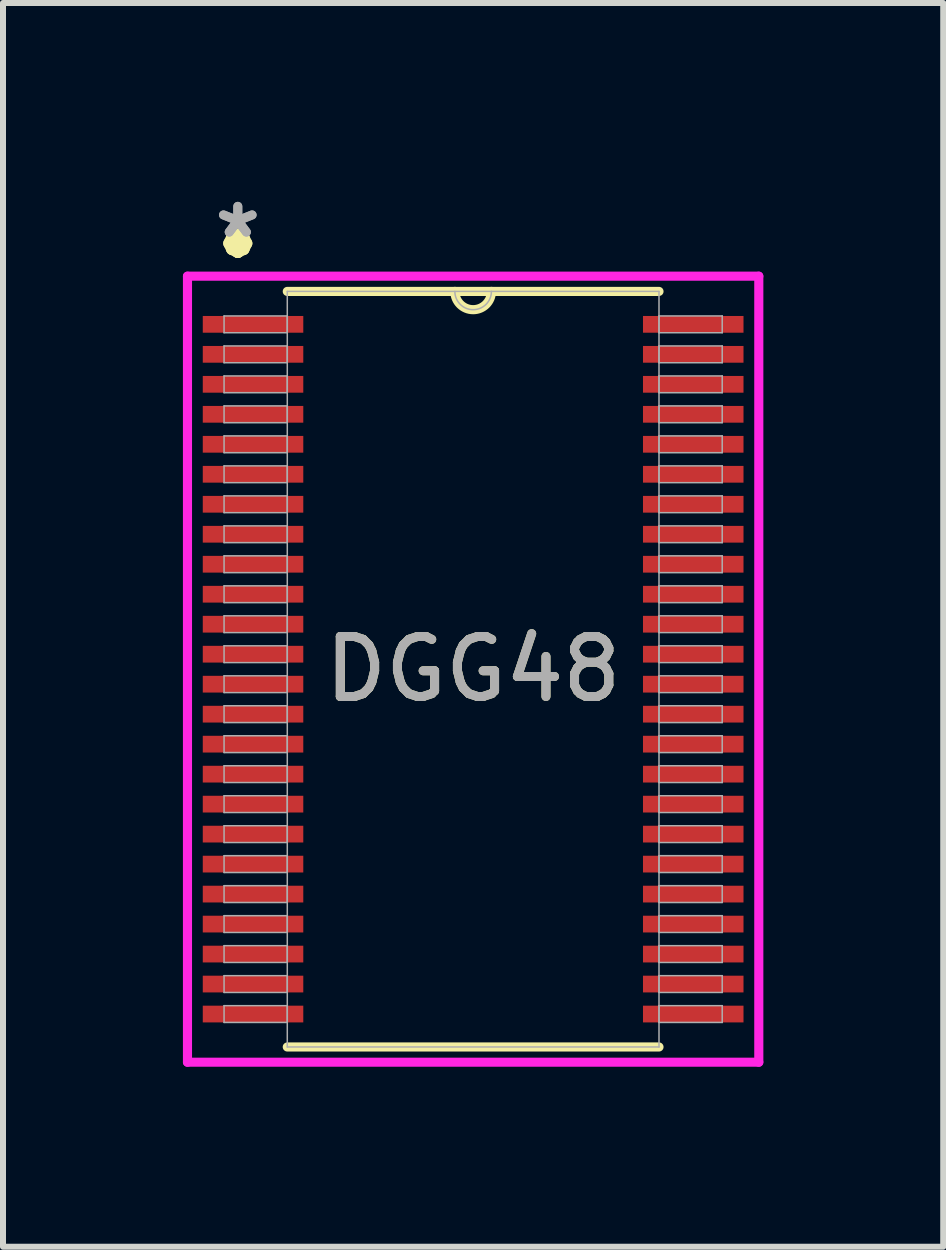
<source format=kicad_pcb>
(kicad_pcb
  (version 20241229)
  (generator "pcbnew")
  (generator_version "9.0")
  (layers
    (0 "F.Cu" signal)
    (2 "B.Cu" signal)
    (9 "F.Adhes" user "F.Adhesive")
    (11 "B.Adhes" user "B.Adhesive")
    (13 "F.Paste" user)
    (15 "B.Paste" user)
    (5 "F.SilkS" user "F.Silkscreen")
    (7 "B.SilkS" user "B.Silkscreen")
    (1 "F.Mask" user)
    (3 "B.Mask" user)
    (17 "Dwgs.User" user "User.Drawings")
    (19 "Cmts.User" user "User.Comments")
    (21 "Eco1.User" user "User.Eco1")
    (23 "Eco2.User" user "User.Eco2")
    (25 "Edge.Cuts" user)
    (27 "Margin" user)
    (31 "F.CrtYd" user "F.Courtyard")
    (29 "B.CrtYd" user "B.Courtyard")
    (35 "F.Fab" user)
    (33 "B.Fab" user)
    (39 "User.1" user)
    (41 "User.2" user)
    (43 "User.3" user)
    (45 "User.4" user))
  (footprint "DGG48"
    (layer "F.Cu")
    (at 4.839 8.108)
    (property "Reference" "DGG48" (at 0 0 0) (unlocked yes) (layer "F.SilkS") (effects (font (size 1 1) (thickness 0.15))))
    (attr smd)
    (fp_line (start -3.099 6.299) (end 3.099 6.299) (stroke (width 0.152) (type solid)) (layer "F.SilkS"))
    (fp_line (start 3.099 -6.299) (end -3.099 -6.299) (stroke (width 0.152) (type solid)) (layer "F.SilkS"))
    (fp_arc (start 0.3048 -6.2992) (mid 0 -5.9944) (end -0.3048 -6.2992) (stroke (width 0.1524) (type solid)) (layer "F.SilkS"))
    (fp_line (start -4.763 -6.553) (end 4.763 -6.553) (stroke (width 0.152) (type solid)) (layer "F.CrtYd"))
    (fp_line (start -4.763 6.553) (end -4.763 -6.553) (stroke (width 0.152) (type solid)) (layer "F.CrtYd"))
    (fp_line (start 4.763 -6.553) (end 4.763 6.553) (stroke (width 0.152) (type solid)) (layer "F.CrtYd"))
    (fp_line (start 4.763 6.553) (end -4.763 6.553) (stroke (width 0.152) (type solid)) (layer "F.CrtYd"))
    (fp_line (start -4.153 -5.89) (end -4.153 -5.61) (stroke (width 0.025) (type solid)) (layer "F.Fab"))
    (fp_line (start -4.153 -5.61) (end -3.099 -5.61) (stroke (width 0.025) (type solid)) (layer "F.Fab"))
    (fp_line (start -4.153 -5.39) (end -4.153 -5.11) (stroke (width 0.025) (type solid)) (layer "F.Fab"))
    (fp_line (start -4.153 -5.11) (end -3.099 -5.11) (stroke (width 0.025) (type solid)) (layer "F.Fab"))
    (fp_line (start -4.153 -4.89) (end -4.153 -4.61) (stroke (width 0.025) (type solid)) (layer "F.Fab"))
    (fp_line (start -4.153 -4.61) (end -3.099 -4.61) (stroke (width 0.025) (type solid)) (layer "F.Fab"))
    (fp_line (start -4.153 -4.39) (end -4.153 -4.11) (stroke (width 0.025) (type solid)) (layer "F.Fab"))
    (fp_line (start -4.153 -4.11) (end -3.099 -4.11) (stroke (width 0.025) (type solid)) (layer "F.Fab"))
    (fp_line (start -4.153 -3.89) (end -4.153 -3.61) (stroke (width 0.025) (type solid)) (layer "F.Fab"))
    (fp_line (start -4.153 -3.61) (end -3.099 -3.61) (stroke (width 0.025) (type solid)) (layer "F.Fab"))
    (fp_line (start -4.153 -3.39) (end -4.153 -3.11) (stroke (width 0.025) (type solid)) (layer "F.Fab"))
    (fp_line (start -4.153 -3.11) (end -3.099 -3.11) (stroke (width 0.025) (type solid)) (layer "F.Fab"))
    (fp_line (start -4.153 -2.89) (end -4.153 -2.61) (stroke (width 0.025) (type solid)) (layer "F.Fab"))
    (fp_line (start -4.153 -2.61) (end -3.099 -2.61) (stroke (width 0.025) (type solid)) (layer "F.Fab"))
    (fp_line (start -4.153 -2.39) (end -4.153 -2.11) (stroke (width 0.025) (type solid)) (layer "F.Fab"))
    (fp_line (start -4.153 -2.11) (end -3.099 -2.11) (stroke (width 0.025) (type solid)) (layer "F.Fab"))
    (fp_line (start -4.153 -1.89) (end -4.153 -1.61) (stroke (width 0.025) (type solid)) (layer "F.Fab"))
    (fp_line (start -4.153 -1.61) (end -3.099 -1.61) (stroke (width 0.025) (type solid)) (layer "F.Fab"))
    (fp_line (start -4.153 -1.39) (end -4.153 -1.11) (stroke (width 0.025) (type solid)) (layer "F.Fab"))
    (fp_line (start -4.153 -1.11) (end -3.099 -1.11) (stroke (width 0.025) (type solid)) (layer "F.Fab"))
    (fp_line (start -4.153 -0.89) (end -4.153 -0.61) (stroke (width 0.025) (type solid)) (layer "F.Fab"))
    (fp_line (start -4.153 -0.61) (end -3.099 -0.61) (stroke (width 0.025) (type solid)) (layer "F.Fab"))
    (fp_line (start -4.153 -0.39) (end -4.153 -0.11) (stroke (width 0.025) (type solid)) (layer "F.Fab"))
    (fp_line (start -4.153 -0.11) (end -3.099 -0.11) (stroke (width 0.025) (type solid)) (layer "F.Fab"))
    (fp_line (start -4.153 0.11) (end -4.153 0.39) (stroke (width 0.025) (type solid)) (layer "F.Fab"))
    (fp_line (start -4.153 0.39) (end -3.099 0.39) (stroke (width 0.025) (type solid)) (layer "F.Fab"))
    (fp_line (start -4.153 0.61) (end -4.153 0.89) (stroke (width 0.025) (type solid)) (layer "F.Fab"))
    (fp_line (start -4.153 0.89) (end -3.099 0.89) (stroke (width 0.025) (type solid)) (layer "F.Fab"))
    (fp_line (start -4.153 1.11) (end -4.153 1.39) (stroke (width 0.025) (type solid)) (layer "F.Fab"))
    (fp_line (start -4.153 1.39) (end -3.099 1.39) (stroke (width 0.025) (type solid)) (layer "F.Fab"))
    (fp_line (start -4.153 1.61) (end -4.153 1.89) (stroke (width 0.025) (type solid)) (layer "F.Fab"))
    (fp_line (start -4.153 1.89) (end -3.099 1.89) (stroke (width 0.025) (type solid)) (layer "F.Fab"))
    (fp_line (start -4.153 2.11) (end -4.153 2.39) (stroke (width 0.025) (type solid)) (layer "F.Fab"))
    (fp_line (start -4.153 2.39) (end -3.099 2.39) (stroke (width 0.025) (type solid)) (layer "F.Fab"))
    (fp_line (start -4.153 2.61) (end -4.153 2.89) (stroke (width 0.025) (type solid)) (layer "F.Fab"))
    (fp_line (start -4.153 2.89) (end -3.099 2.89) (stroke (width 0.025) (type solid)) (layer "F.Fab"))
    (fp_line (start -4.153 3.11) (end -4.153 3.39) (stroke (width 0.025) (type solid)) (layer "F.Fab"))
    (fp_line (start -4.153 3.39) (end -3.099 3.39) (stroke (width 0.025) (type solid)) (layer "F.Fab"))
    (fp_line (start -4.153 3.61) (end -4.153 3.89) (stroke (width 0.025) (type solid)) (layer "F.Fab"))
    (fp_line (start -4.153 3.89) (end -3.099 3.89) (stroke (width 0.025) (type solid)) (layer "F.Fab"))
    (fp_line (start -4.153 4.11) (end -4.153 4.39) (stroke (width 0.025) (type solid)) (layer "F.Fab"))
    (fp_line (start -4.153 4.39) (end -3.099 4.39) (stroke (width 0.025) (type solid)) (layer "F.Fab"))
    (fp_line (start -4.153 4.61) (end -4.153 4.89) (stroke (width 0.025) (type solid)) (layer "F.Fab"))
    (fp_line (start -4.153 4.89) (end -3.099 4.89) (stroke (width 0.025) (type solid)) (layer "F.Fab"))
    (fp_line (start -4.153 5.11) (end -4.153 5.39) (stroke (width 0.025) (type solid)) (layer "F.Fab"))
    (fp_line (start -4.153 5.39) (end -3.099 5.39) (stroke (width 0.025) (type solid)) (layer "F.Fab"))
    (fp_line (start -4.153 5.61) (end -4.153 5.89) (stroke (width 0.025) (type solid)) (layer "F.Fab"))
    (fp_line (start -4.153 5.89) (end -3.099 5.89) (stroke (width 0.025) (type solid)) (layer "F.Fab"))
    (fp_line (start -3.099 -6.299) (end -3.099 6.299) (stroke (width 0.025) (type solid)) (layer "F.Fab"))
    (fp_line (start -3.099 -5.89) (end -4.153 -5.89) (stroke (width 0.025) (type solid)) (layer "F.Fab"))
    (fp_line (start -3.099 -5.61) (end -3.099 -5.89) (stroke (width 0.025) (type solid)) (layer "F.Fab"))
    (fp_line (start -3.099 -5.39) (end -4.153 -5.39) (stroke (width 0.025) (type solid)) (layer "F.Fab"))
    (fp_line (start -3.099 -5.11) (end -3.099 -5.39) (stroke (width 0.025) (type solid)) (layer "F.Fab"))
    (fp_line (start -3.099 -4.89) (end -4.153 -4.89) (stroke (width 0.025) (type solid)) (layer "F.Fab"))
    (fp_line (start -3.099 -4.61) (end -3.099 -4.89) (stroke (width 0.025) (type solid)) (layer "F.Fab"))
    (fp_line (start -3.099 -4.39) (end -4.153 -4.39) (stroke (width 0.025) (type solid)) (layer "F.Fab"))
    (fp_line (start -3.099 -4.11) (end -3.099 -4.39) (stroke (width 0.025) (type solid)) (layer "F.Fab"))
    (fp_line (start -3.099 -3.89) (end -4.153 -3.89) (stroke (width 0.025) (type solid)) (layer "F.Fab"))
    (fp_line (start -3.099 -3.61) (end -3.099 -3.89) (stroke (width 0.025) (type solid)) (layer "F.Fab"))
    (fp_line (start -3.099 -3.39) (end -4.153 -3.39) (stroke (width 0.025) (type solid)) (layer "F.Fab"))
    (fp_line (start -3.099 -3.11) (end -3.099 -3.39) (stroke (width 0.025) (type solid)) (layer "F.Fab"))
    (fp_line (start -3.099 -2.89) (end -4.153 -2.89) (stroke (width 0.025) (type solid)) (layer "F.Fab"))
    (fp_line (start -3.099 -2.61) (end -3.099 -2.89) (stroke (width 0.025) (type solid)) (layer "F.Fab"))
    (fp_line (start -3.099 -2.39) (end -4.153 -2.39) (stroke (width 0.025) (type solid)) (layer "F.Fab"))
    (fp_line (start -3.099 -2.11) (end -3.099 -2.39) (stroke (width 0.025) (type solid)) (layer "F.Fab"))
    (fp_line (start -3.099 -1.89) (end -4.153 -1.89) (stroke (width 0.025) (type solid)) (layer "F.Fab"))
    (fp_line (start -3.099 -1.61) (end -3.099 -1.89) (stroke (width 0.025) (type solid)) (layer "F.Fab"))
    (fp_line (start -3.099 -1.39) (end -4.153 -1.39) (stroke (width 0.025) (type solid)) (layer "F.Fab"))
    (fp_line (start -3.099 -1.11) (end -3.099 -1.39) (stroke (width 0.025) (type solid)) (layer "F.Fab"))
    (fp_line (start -3.099 -0.89) (end -4.153 -0.89) (stroke (width 0.025) (type solid)) (layer "F.Fab"))
    (fp_line (start -3.099 -0.61) (end -3.099 -0.89) (stroke (width 0.025) (type solid)) (layer "F.Fab"))
    (fp_line (start -3.099 -0.39) (end -4.153 -0.39) (stroke (width 0.025) (type solid)) (layer "F.Fab"))
    (fp_line (start -3.099 -0.11) (end -3.099 -0.39) (stroke (width 0.025) (type solid)) (layer "F.Fab"))
    (fp_line (start -3.099 0.11) (end -4.153 0.11) (stroke (width 0.025) (type solid)) (layer "F.Fab"))
    (fp_line (start -3.099 0.39) (end -3.099 0.11) (stroke (width 0.025) (type solid)) (layer "F.Fab"))
    (fp_line (start -3.099 0.61) (end -4.153 0.61) (stroke (width 0.025) (type solid)) (layer "F.Fab"))
    (fp_line (start -3.099 0.89) (end -3.099 0.61) (stroke (width 0.025) (type solid)) (layer "F.Fab"))
    (fp_line (start -3.099 1.11) (end -4.153 1.11) (stroke (width 0.025) (type solid)) (layer "F.Fab"))
    (fp_line (start -3.099 1.39) (end -3.099 1.11) (stroke (width 0.025) (type solid)) (layer "F.Fab"))
    (fp_line (start -3.099 1.61) (end -4.153 1.61) (stroke (width 0.025) (type solid)) (layer "F.Fab"))
    (fp_line (start -3.099 1.89) (end -3.099 1.61) (stroke (width 0.025) (type solid)) (layer "F.Fab"))
    (fp_line (start -3.099 2.11) (end -4.153 2.11) (stroke (width 0.025) (type solid)) (layer "F.Fab"))
    (fp_line (start -3.099 2.39) (end -3.099 2.11) (stroke (width 0.025) (type solid)) (layer "F.Fab"))
    (fp_line (start -3.099 2.61) (end -4.153 2.61) (stroke (width 0.025) (type solid)) (layer "F.Fab"))
    (fp_line (start -3.099 2.89) (end -3.099 2.61) (stroke (width 0.025) (type solid)) (layer "F.Fab"))
    (fp_line (start -3.099 3.11) (end -4.153 3.11) (stroke (width 0.025) (type solid)) (layer "F.Fab"))
    (fp_line (start -3.099 3.39) (end -3.099 3.11) (stroke (width 0.025) (type solid)) (layer "F.Fab"))
    (fp_line (start -3.099 3.61) (end -4.153 3.61) (stroke (width 0.025) (type solid)) (layer "F.Fab"))
    (fp_line (start -3.099 3.89) (end -3.099 3.61) (stroke (width 0.025) (type solid)) (layer "F.Fab"))
    (fp_line (start -3.099 4.11) (end -4.153 4.11) (stroke (width 0.025) (type solid)) (layer "F.Fab"))
    (fp_line (start -3.099 4.39) (end -3.099 4.11) (stroke (width 0.025) (type solid)) (layer "F.Fab"))
    (fp_line (start -3.099 4.61) (end -4.153 4.61) (stroke (width 0.025) (type solid)) (layer "F.Fab"))
    (fp_line (start -3.099 4.89) (end -3.099 4.61) (stroke (width 0.025) (type solid)) (layer "F.Fab"))
    (fp_line (start -3.099 5.11) (end -4.153 5.11) (stroke (width 0.025) (type solid)) (layer "F.Fab"))
    (fp_line (start -3.099 5.39) (end -3.099 5.11) (stroke (width 0.025) (type solid)) (layer "F.Fab"))
    (fp_line (start -3.099 5.61) (end -4.153 5.61) (stroke (width 0.025) (type solid)) (layer "F.Fab"))
    (fp_line (start -3.099 5.89) (end -3.099 5.61) (stroke (width 0.025) (type solid)) (layer "F.Fab"))
    (fp_line (start -3.099 6.299) (end 3.099 6.299) (stroke (width 0.025) (type solid)) (layer "F.Fab"))
    (fp_line (start 3.099 -6.299) (end -3.099 -6.299) (stroke (width 0.025) (type solid)) (layer "F.Fab"))
    (fp_line (start 3.099 -5.89) (end 3.099 -5.61) (stroke (width 0.025) (type solid)) (layer "F.Fab"))
    (fp_line (start 3.099 -5.61) (end 4.153 -5.61) (stroke (width 0.025) (type solid)) (layer "F.Fab"))
    (fp_line (start 3.099 -5.39) (end 3.099 -5.11) (stroke (width 0.025) (type solid)) (layer "F.Fab"))
    (fp_line (start 3.099 -5.11) (end 4.153 -5.11) (stroke (width 0.025) (type solid)) (layer "F.Fab"))
    (fp_line (start 3.099 -4.89) (end 3.099 -4.61) (stroke (width 0.025) (type solid)) (layer "F.Fab"))
    (fp_line (start 3.099 -4.61) (end 4.153 -4.61) (stroke (width 0.025) (type solid)) (layer "F.Fab"))
    (fp_line (start 3.099 -4.39) (end 3.099 -4.11) (stroke (width 0.025) (type solid)) (layer "F.Fab"))
    (fp_line (start 3.099 -4.11) (end 4.153 -4.11) (stroke (width 0.025) (type solid)) (layer "F.Fab"))
    (fp_line (start 3.099 -3.89) (end 3.099 -3.61) (stroke (width 0.025) (type solid)) (layer "F.Fab"))
    (fp_line (start 3.099 -3.61) (end 4.153 -3.61) (stroke (width 0.025) (type solid)) (layer "F.Fab"))
    (fp_line (start 3.099 -3.39) (end 3.099 -3.11) (stroke (width 0.025) (type solid)) (layer "F.Fab"))
    (fp_line (start 3.099 -3.11) (end 4.153 -3.11) (stroke (width 0.025) (type solid)) (layer "F.Fab"))
    (fp_line (start 3.099 -2.89) (end 3.099 -2.61) (stroke (width 0.025) (type solid)) (layer "F.Fab"))
    (fp_line (start 3.099 -2.61) (end 4.153 -2.61) (stroke (width 0.025) (type solid)) (layer "F.Fab"))
    (fp_line (start 3.099 -2.39) (end 3.099 -2.11) (stroke (width 0.025) (type solid)) (layer "F.Fab"))
    (fp_line (start 3.099 -2.11) (end 4.153 -2.11) (stroke (width 0.025) (type solid)) (layer "F.Fab"))
    (fp_line (start 3.099 -1.89) (end 3.099 -1.61) (stroke (width 0.025) (type solid)) (layer "F.Fab"))
    (fp_line (start 3.099 -1.61) (end 4.153 -1.61) (stroke (width 0.025) (type solid)) (layer "F.Fab"))
    (fp_line (start 3.099 -1.39) (end 3.099 -1.11) (stroke (width 0.025) (type solid)) (layer "F.Fab"))
    (fp_line (start 3.099 -1.11) (end 4.153 -1.11) (stroke (width 0.025) (type solid)) (layer "F.Fab"))
    (fp_line (start 3.099 -0.89) (end 3.099 -0.61) (stroke (width 0.025) (type solid)) (layer "F.Fab"))
    (fp_line (start 3.099 -0.61) (end 4.153 -0.61) (stroke (width 0.025) (type solid)) (layer "F.Fab"))
    (fp_line (start 3.099 -0.39) (end 3.099 -0.11) (stroke (width 0.025) (type solid)) (layer "F.Fab"))
    (fp_line (start 3.099 -0.11) (end 4.153 -0.11) (stroke (width 0.025) (type solid)) (layer "F.Fab"))
    (fp_line (start 3.099 0.11) (end 3.099 0.39) (stroke (width 0.025) (type solid)) (layer "F.Fab"))
    (fp_line (start 3.099 0.39) (end 4.153 0.39) (stroke (width 0.025) (type solid)) (layer "F.Fab"))
    (fp_line (start 3.099 0.61) (end 3.099 0.89) (stroke (width 0.025) (type solid)) (layer "F.Fab"))
    (fp_line (start 3.099 0.89) (end 4.153 0.89) (stroke (width 0.025) (type solid)) (layer "F.Fab"))
    (fp_line (start 3.099 1.11) (end 3.099 1.39) (stroke (width 0.025) (type solid)) (layer "F.Fab"))
    (fp_line (start 3.099 1.39) (end 4.153 1.39) (stroke (width 0.025) (type solid)) (layer "F.Fab"))
    (fp_line (start 3.099 1.61) (end 3.099 1.89) (stroke (width 0.025) (type solid)) (layer "F.Fab"))
    (fp_line (start 3.099 1.89) (end 4.153 1.89) (stroke (width 0.025) (type solid)) (layer "F.Fab"))
    (fp_line (start 3.099 2.11) (end 3.099 2.39) (stroke (width 0.025) (type solid)) (layer "F.Fab"))
    (fp_line (start 3.099 2.39) (end 4.153 2.39) (stroke (width 0.025) (type solid)) (layer "F.Fab"))
    (fp_line (start 3.099 2.61) (end 3.099 2.89) (stroke (width 0.025) (type solid)) (layer "F.Fab"))
    (fp_line (start 3.099 2.89) (end 4.153 2.89) (stroke (width 0.025) (type solid)) (layer "F.Fab"))
    (fp_line (start 3.099 3.11) (end 3.099 3.39) (stroke (width 0.025) (type solid)) (layer "F.Fab"))
    (fp_line (start 3.099 3.39) (end 4.153 3.39) (stroke (width 0.025) (type solid)) (layer "F.Fab"))
    (fp_line (start 3.099 3.61) (end 3.099 3.89) (stroke (width 0.025) (type solid)) (layer "F.Fab"))
    (fp_line (start 3.099 3.89) (end 4.153 3.89) (stroke (width 0.025) (type solid)) (layer "F.Fab"))
    (fp_line (start 3.099 4.11) (end 3.099 4.39) (stroke (width 0.025) (type solid)) (layer "F.Fab"))
    (fp_line (start 3.099 4.39) (end 4.153 4.39) (stroke (width 0.025) (type solid)) (layer "F.Fab"))
    (fp_line (start 3.099 4.61) (end 3.099 4.89) (stroke (width 0.025) (type solid)) (layer "F.Fab"))
    (fp_line (start 3.099 4.89) (end 4.153 4.89) (stroke (width 0.025) (type solid)) (layer "F.Fab"))
    (fp_line (start 3.099 5.11) (end 3.099 5.39) (stroke (width 0.025) (type solid)) (layer "F.Fab"))
    (fp_line (start 3.099 5.39) (end 4.153 5.39) (stroke (width 0.025) (type solid)) (layer "F.Fab"))
    (fp_line (start 3.099 5.61) (end 3.099 5.89) (stroke (width 0.025) (type solid)) (layer "F.Fab"))
    (fp_line (start 3.099 5.89) (end 4.153 5.89) (stroke (width 0.025) (type solid)) (layer "F.Fab"))
    (fp_line (start 3.099 6.299) (end 3.099 -6.299) (stroke (width 0.025) (type solid)) (layer "F.Fab"))
    (fp_line (start 4.153 -5.89) (end 3.099 -5.89) (stroke (width 0.025) (type solid)) (layer "F.Fab"))
    (fp_line (start 4.153 -5.61) (end 4.153 -5.89) (stroke (width 0.025) (type solid)) (layer "F.Fab"))
    (fp_line (start 4.153 -5.39) (end 3.099 -5.39) (stroke (width 0.025) (type solid)) (layer "F.Fab"))
    (fp_line (start 4.153 -5.11) (end 4.153 -5.39) (stroke (width 0.025) (type solid)) (layer "F.Fab"))
    (fp_line (start 4.153 -4.89) (end 3.099 -4.89) (stroke (width 0.025) (type solid)) (layer "F.Fab"))
    (fp_line (start 4.153 -4.61) (end 4.153 -4.89) (stroke (width 0.025) (type solid)) (layer "F.Fab"))
    (fp_line (start 4.153 -4.39) (end 3.099 -4.39) (stroke (width 0.025) (type solid)) (layer "F.Fab"))
    (fp_line (start 4.153 -4.11) (end 4.153 -4.39) (stroke (width 0.025) (type solid)) (layer "F.Fab"))
    (fp_line (start 4.153 -3.89) (end 3.099 -3.89) (stroke (width 0.025) (type solid)) (layer "F.Fab"))
    (fp_line (start 4.153 -3.61) (end 4.153 -3.89) (stroke (width 0.025) (type solid)) (layer "F.Fab"))
    (fp_line (start 4.153 -3.39) (end 3.099 -3.39) (stroke (width 0.025) (type solid)) (layer "F.Fab"))
    (fp_line (start 4.153 -3.11) (end 4.153 -3.39) (stroke (width 0.025) (type solid)) (layer "F.Fab"))
    (fp_line (start 4.153 -2.89) (end 3.099 -2.89) (stroke (width 0.025) (type solid)) (layer "F.Fab"))
    (fp_line (start 4.153 -2.61) (end 4.153 -2.89) (stroke (width 0.025) (type solid)) (layer "F.Fab"))
    (fp_line (start 4.153 -2.39) (end 3.099 -2.39) (stroke (width 0.025) (type solid)) (layer "F.Fab"))
    (fp_line (start 4.153 -2.11) (end 4.153 -2.39) (stroke (width 0.025) (type solid)) (layer "F.Fab"))
    (fp_line (start 4.153 -1.89) (end 3.099 -1.89) (stroke (width 0.025) (type solid)) (layer "F.Fab"))
    (fp_line (start 4.153 -1.61) (end 4.153 -1.89) (stroke (width 0.025) (type solid)) (layer "F.Fab"))
    (fp_line (start 4.153 -1.39) (end 3.099 -1.39) (stroke (width 0.025) (type solid)) (layer "F.Fab"))
    (fp_line (start 4.153 -1.11) (end 4.153 -1.39) (stroke (width 0.025) (type solid)) (layer "F.Fab"))
    (fp_line (start 4.153 -0.89) (end 3.099 -0.89) (stroke (width 0.025) (type solid)) (layer "F.Fab"))
    (fp_line (start 4.153 -0.61) (end 4.153 -0.89) (stroke (width 0.025) (type solid)) (layer "F.Fab"))
    (fp_line (start 4.153 -0.39) (end 3.099 -0.39) (stroke (width 0.025) (type solid)) (layer "F.Fab"))
    (fp_line (start 4.153 -0.11) (end 4.153 -0.39) (stroke (width 0.025) (type solid)) (layer "F.Fab"))
    (fp_line (start 4.153 0.11) (end 3.099 0.11) (stroke (width 0.025) (type solid)) (layer "F.Fab"))
    (fp_line (start 4.153 0.39) (end 4.153 0.11) (stroke (width 0.025) (type solid)) (layer "F.Fab"))
    (fp_line (start 4.153 0.61) (end 3.099 0.61) (stroke (width 0.025) (type solid)) (layer "F.Fab"))
    (fp_line (start 4.153 0.89) (end 4.153 0.61) (stroke (width 0.025) (type solid)) (layer "F.Fab"))
    (fp_line (start 4.153 1.11) (end 3.099 1.11) (stroke (width 0.025) (type solid)) (layer "F.Fab"))
    (fp_line (start 4.153 1.39) (end 4.153 1.11) (stroke (width 0.025) (type solid)) (layer "F.Fab"))
    (fp_line (start 4.153 1.61) (end 3.099 1.61) (stroke (width 0.025) (type solid)) (layer "F.Fab"))
    (fp_line (start 4.153 1.89) (end 4.153 1.61) (stroke (width 0.025) (type solid)) (layer "F.Fab"))
    (fp_line (start 4.153 2.11) (end 3.099 2.11) (stroke (width 0.025) (type solid)) (layer "F.Fab"))
    (fp_line (start 4.153 2.39) (end 4.153 2.11) (stroke (width 0.025) (type solid)) (layer "F.Fab"))
    (fp_line (start 4.153 2.61) (end 3.099 2.61) (stroke (width 0.025) (type solid)) (layer "F.Fab"))
    (fp_line (start 4.153 2.89) (end 4.153 2.61) (stroke (width 0.025) (type solid)) (layer "F.Fab"))
    (fp_line (start 4.153 3.11) (end 3.099 3.11) (stroke (width 0.025) (type solid)) (layer "F.Fab"))
    (fp_line (start 4.153 3.39) (end 4.153 3.11) (stroke (width 0.025) (type solid)) (layer "F.Fab"))
    (fp_line (start 4.153 3.61) (end 3.099 3.61) (stroke (width 0.025) (type solid)) (layer "F.Fab"))
    (fp_line (start 4.153 3.89) (end 4.153 3.61) (stroke (width 0.025) (type solid)) (layer "F.Fab"))
    (fp_line (start 4.153 4.11) (end 3.099 4.11) (stroke (width 0.025) (type solid)) (layer "F.Fab"))
    (fp_line (start 4.153 4.39) (end 4.153 4.11) (stroke (width 0.025) (type solid)) (layer "F.Fab"))
    (fp_line (start 4.153 4.61) (end 3.099 4.61) (stroke (width 0.025) (type solid)) (layer "F.Fab"))
    (fp_line (start 4.153 4.89) (end 4.153 4.61) (stroke (width 0.025) (type solid)) (layer "F.Fab"))
    (fp_line (start 4.153 5.11) (end 3.099 5.11) (stroke (width 0.025) (type solid)) (layer "F.Fab"))
    (fp_line (start 4.153 5.39) (end 4.153 5.11) (stroke (width 0.025) (type solid)) (layer "F.Fab"))
    (fp_line (start 4.153 5.61) (end 3.099 5.61) (stroke (width 0.025) (type solid)) (layer "F.Fab"))
    (fp_line (start 4.153 5.89) (end 4.153 5.61) (stroke (width 0.025) (type solid)) (layer "F.Fab"))
    (fp_arc (start 0.3048 -6.2992) (mid 0 -5.9944) (end -0.3048 -6.2992) (stroke (width 0.0254) (type solid)) (layer "F.Fab"))
    (fp_text user "•" (at -3.924 -7.172 0) (layer "F.SilkS") (effects (font (size 1 1) (thickness 0.2) (bold yes))))
    (fp_text user "*" (at -3.924 -7.172 0) (layer "F.Fab") (effects (font (size 1 1) (thickness 0.15))))
    (fp_text user "*" (at -3.924 -7.172 0) (unlocked yes) (layer "F.Fab") (effects (font (size 1 1) (thickness 0.15))))
    (fp_text user "${REFERENCE}" (at 0 0 0) (unlocked yes) (layer "F.Fab") (effects (font (size 1 1) (thickness 0.15))))
    (pad "1" smd rect (at -3.67 -5.75) (size 1.676 0.279) (layers "F.Cu" "F.Mask" "F.Paste"))
    (pad "2" smd rect (at -3.67 -5.25) (size 1.676 0.279) (layers "F.Cu" "F.Mask" "F.Paste"))
    (pad "3" smd rect (at -3.67 -4.75) (size 1.676 0.279) (layers "F.Cu" "F.Mask" "F.Paste"))
    (pad "4" smd rect (at -3.67 -4.25) (size 1.676 0.279) (layers "F.Cu" "F.Mask" "F.Paste"))
    (pad "5" smd rect (at -3.67 -3.75) (size 1.676 0.279) (layers "F.Cu" "F.Mask" "F.Paste"))
    (pad "6" smd rect (at -3.67 -3.25) (size 1.676 0.279) (layers "F.Cu" "F.Mask" "F.Paste"))
    (pad "7" smd rect (at -3.67 -2.75) (size 1.676 0.279) (layers "F.Cu" "F.Mask" "F.Paste"))
    (pad "8" smd rect (at -3.67 -2.25) (size 1.676 0.279) (layers "F.Cu" "F.Mask" "F.Paste"))
    (pad "9" smd rect (at -3.67 -1.75) (size 1.676 0.279) (layers "F.Cu" "F.Mask" "F.Paste"))
    (pad "10" smd rect (at -3.67 -1.25) (size 1.676 0.279) (layers "F.Cu" "F.Mask" "F.Paste"))
    (pad "11" smd rect (at -3.67 -0.75) (size 1.676 0.279) (layers "F.Cu" "F.Mask" "F.Paste"))
    (pad "12" smd rect (at -3.67 -0.25) (size 1.676 0.279) (layers "F.Cu" "F.Mask" "F.Paste"))
    (pad "13" smd rect (at -3.67 0.25) (size 1.676 0.279) (layers "F.Cu" "F.Mask" "F.Paste"))
    (pad "14" smd rect (at -3.67 0.75) (size 1.676 0.279) (layers "F.Cu" "F.Mask" "F.Paste"))
    (pad "15" smd rect (at -3.67 1.25) (size 1.676 0.279) (layers "F.Cu" "F.Mask" "F.Paste"))
    (pad "16" smd rect (at -3.67 1.75) (size 1.676 0.279) (layers "F.Cu" "F.Mask" "F.Paste"))
    (pad "17" smd rect (at -3.67 2.25) (size 1.676 0.279) (layers "F.Cu" "F.Mask" "F.Paste"))
    (pad "18" smd rect (at -3.67 2.75) (size 1.676 0.279) (layers "F.Cu" "F.Mask" "F.Paste"))
    (pad "19" smd rect (at -3.67 3.25) (size 1.676 0.279) (layers "F.Cu" "F.Mask" "F.Paste"))
    (pad "20" smd rect (at -3.67 3.75) (size 1.676 0.279) (layers "F.Cu" "F.Mask" "F.Paste"))
    (pad "21" smd rect (at -3.67 4.25) (size 1.676 0.279) (layers "F.Cu" "F.Mask" "F.Paste"))
    (pad "22" smd rect (at -3.67 4.75) (size 1.676 0.279) (layers "F.Cu" "F.Mask" "F.Paste"))
    (pad "23" smd rect (at -3.67 5.25) (size 1.676 0.279) (layers "F.Cu" "F.Mask" "F.Paste"))
    (pad "24" smd rect (at -3.67 5.75) (size 1.676 0.279) (layers "F.Cu" "F.Mask" "F.Paste"))
    (pad "25" smd rect (at 3.67 5.75) (size 1.676 0.279) (layers "F.Cu" "F.Mask" "F.Paste"))
    (pad "26" smd rect (at 3.67 5.25) (size 1.676 0.279) (layers "F.Cu" "F.Mask" "F.Paste"))
    (pad "27" smd rect (at 3.67 4.75) (size 1.676 0.279) (layers "F.Cu" "F.Mask" "F.Paste"))
    (pad "28" smd rect (at 3.67 4.25) (size 1.676 0.279) (layers "F.Cu" "F.Mask" "F.Paste"))
    (pad "29" smd rect (at 3.67 3.75) (size 1.676 0.279) (layers "F.Cu" "F.Mask" "F.Paste"))
    (pad "30" smd rect (at 3.67 3.25) (size 1.676 0.279) (layers "F.Cu" "F.Mask" "F.Paste"))
    (pad "31" smd rect (at 3.67 2.75) (size 1.676 0.279) (layers "F.Cu" "F.Mask" "F.Paste"))
    (pad "32" smd rect (at 3.67 2.25) (size 1.676 0.279) (layers "F.Cu" "F.Mask" "F.Paste"))
    (pad "33" smd rect (at 3.67 1.75) (size 1.676 0.279) (layers "F.Cu" "F.Mask" "F.Paste"))
    (pad "34" smd rect (at 3.67 1.25) (size 1.676 0.279) (layers "F.Cu" "F.Mask" "F.Paste"))
    (pad "35" smd rect (at 3.67 0.75) (size 1.676 0.279) (layers "F.Cu" "F.Mask" "F.Paste"))
    (pad "36" smd rect (at 3.67 0.25) (size 1.676 0.279) (layers "F.Cu" "F.Mask" "F.Paste"))
    (pad "37" smd rect (at 3.67 -0.25) (size 1.676 0.279) (layers "F.Cu" "F.Mask" "F.Paste"))
    (pad "38" smd rect (at 3.67 -0.75) (size 1.676 0.279) (layers "F.Cu" "F.Mask" "F.Paste"))
    (pad "39" smd rect (at 3.67 -1.25) (size 1.676 0.279) (layers "F.Cu" "F.Mask" "F.Paste"))
    (pad "40" smd rect (at 3.67 -1.75) (size 1.676 0.279) (layers "F.Cu" "F.Mask" "F.Paste"))
    (pad "41" smd rect (at 3.67 -2.25) (size 1.676 0.279) (layers "F.Cu" "F.Mask" "F.Paste"))
    (pad "42" smd rect (at 3.67 -2.75) (size 1.676 0.279) (layers "F.Cu" "F.Mask" "F.Paste"))
    (pad "43" smd rect (at 3.67 -3.25) (size 1.676 0.279) (layers "F.Cu" "F.Mask" "F.Paste"))
    (pad "44" smd rect (at 3.67 -3.75) (size 1.676 0.279) (layers "F.Cu" "F.Mask" "F.Paste"))
    (pad "45" smd rect (at 3.67 -4.25) (size 1.676 0.279) (layers "F.Cu" "F.Mask" "F.Paste"))
    (pad "46" smd rect (at 3.67 -4.75) (size 1.676 0.279) (layers "F.Cu" "F.Mask" "F.Paste"))
    (pad "47" smd rect (at 3.67 -5.25) (size 1.676 0.279) (layers "F.Cu" "F.Mask" "F.Paste"))
    (pad "48" smd rect (at 3.67 -5.75) (size 1.676 0.279) (layers "F.Cu" "F.Mask" "F.Paste")))
  (gr_rect
    (start -3 -3)
    (end 12.677 17.738)
    (stroke (width 0.1) (type default))
    (fill no)
    (layer "Edge.Cuts")))
</source>
